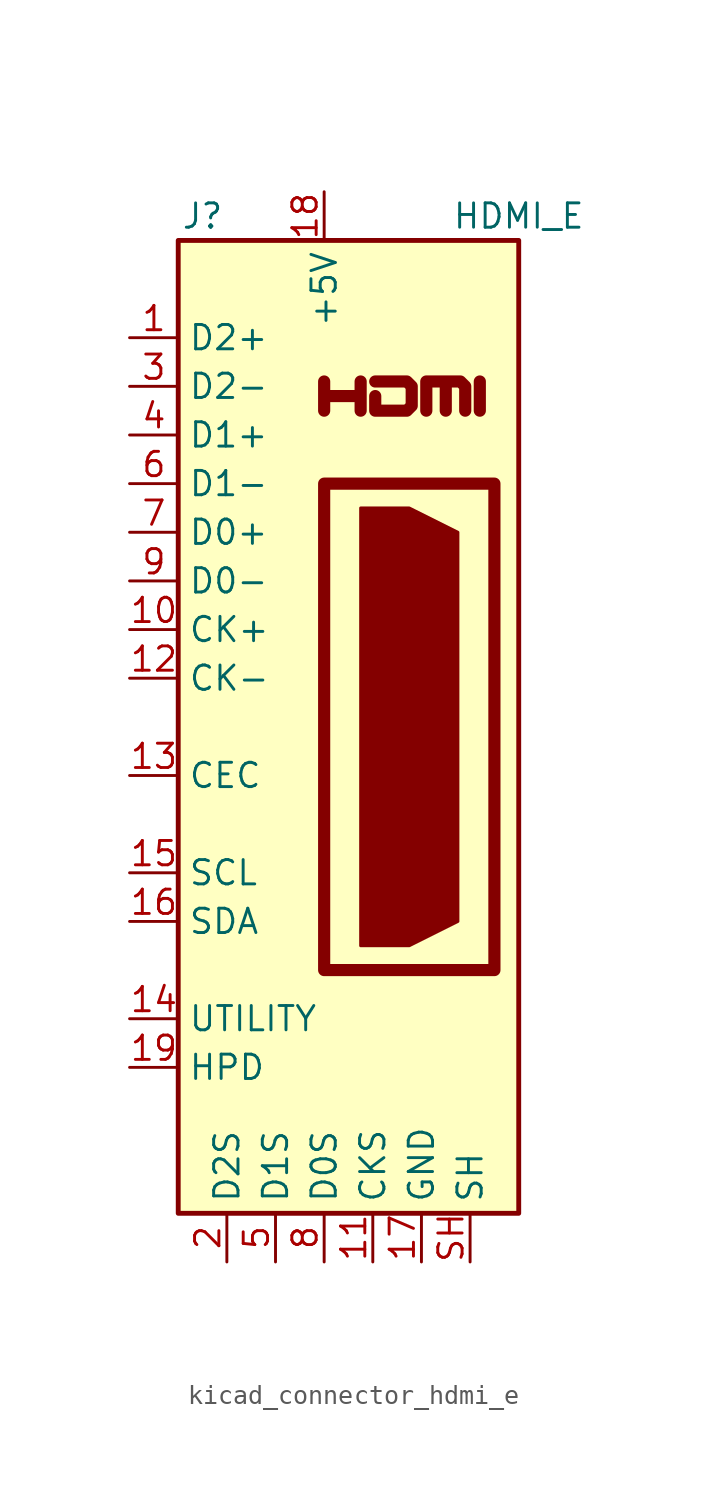
<source format=kicad_sym>
(kicad_symbol_lib
  (version 20220914)
  (generator kicad_symbol_editor)
  (symbol "kicad_connector_hdmi_e"
    (property "Reference" "J"
      (at -6.35 26.67 0)
      (effects (font (size 1.27 1.27))))
    (property "Value" "HDMI_E"
      (at 10.16 26.67 0)
      (effects (font (size 1.27 1.27))))
    (symbol "kicad_connector_hdmi_e_0_0"
      (polyline (pts (xy 8.128 16.51) (xy 8.128 18.034)) (stroke (width 0.635) (type default)) (fill (type none)))
      (polyline (pts (xy 0 16.51) (xy 0 18.034) (xy 0 17.272) (xy 1.905 17.272) (xy 1.905 18.034) (xy 1.905 16.51)) (stroke (width 0.635) (type default)) (fill (type none)))
      (polyline (pts (xy 2.667 18.034) (xy 4.318 18.034) (xy 4.572 17.78) (xy 4.572 16.764) (xy 4.318 16.51) (xy 2.667 16.51) (xy 2.667 17.272)) (stroke (width 0.635) (type default)) (fill (type none))))
    (symbol "kicad_connector_hdmi_e_0_1"
      (rectangle (start -7.62 25.4) (end 10.16 -25.4) (stroke (width 0.254) (type default)) (fill (type background)))
      (polyline (pts (xy 1.905 11.43) (xy 4.445 11.43) (xy 6.985 10.16) (xy 6.985 -10.16) (xy 4.445 -11.43) (xy 1.905 -11.43) (xy 1.905 11.43)) (stroke (width 0) (type default)) (fill (type outline)))
      (polyline (pts (xy 5.334 16.51) (xy 5.334 18.034) (xy 6.35 18.034) (xy 6.35 16.51) (xy 6.35 18.034) (xy 7.112 18.034) (xy 7.366 17.78) (xy 7.366 16.51)) (stroke (width 0.635) (type default)) (fill (type none)))
      (rectangle (start 0 12.7) (end 8.89 -12.7) (stroke (width 0.635) (type default)) (fill (type none))))
    (symbol "kicad_connector_hdmi_e_1_1"
      (pin passive line (at -10.16 20.32 0) (length 2.54) (name "D2+" (effects (font (size 1.27 1.27)))) (number "1" (effects (font (size 1.27 1.27)))))
      (pin passive line (at -10.16 5.08 0) (length 2.54) (name "CK+" (effects (font (size 1.27 1.27)))) (number "10" (effects (font (size 1.27 1.27)))))
      (pin power_in line (at 2.54 -27.94 90) (length 2.54) (name "CKS" (effects (font (size 1.27 1.27)))) (number "11" (effects (font (size 1.27 1.27)))))
      (pin passive line (at -10.16 2.54 0) (length 2.54) (name "CK-" (effects (font (size 1.27 1.27)))) (number "12" (effects (font (size 1.27 1.27)))))
      (pin bidirectional line (at -10.16 -2.54 0) (length 2.54) (name "CEC" (effects (font (size 1.27 1.27)))) (number "13" (effects (font (size 1.27 1.27)))))
      (pin passive line (at -10.16 -15.24 0) (length 2.54) (name "UTILITY" (effects (font (size 1.27 1.27)))) (number "14" (effects (font (size 1.27 1.27)))))
      (pin passive line (at -10.16 -7.62 0) (length 2.54) (name "SCL" (effects (font (size 1.27 1.27)))) (number "15" (effects (font (size 1.27 1.27)))))
      (pin bidirectional line (at -10.16 -10.16 0) (length 2.54) (name "SDA" (effects (font (size 1.27 1.27)))) (number "16" (effects (font (size 1.27 1.27)))))
      (pin power_in line (at 5.08 -27.94 90) (length 2.54) (name "GND" (effects (font (size 1.27 1.27)))) (number "17" (effects (font (size 1.27 1.27)))))
      (pin power_in line (at 0 27.94 270) (length 2.54) (name "+5V" (effects (font (size 1.27 1.27)))) (number "18" (effects (font (size 1.27 1.27)))))
      (pin passive line (at -10.16 -17.78 0) (length 2.54) (name "HPD" (effects (font (size 1.27 1.27)))) (number "19" (effects (font (size 1.27 1.27)))))
      (pin power_in line (at -5.08 -27.94 90) (length 2.54) (name "D2S" (effects (font (size 1.27 1.27)))) (number "2" (effects (font (size 1.27 1.27)))))
      (pin passive line (at -10.16 17.78 0) (length 2.54) (name "D2-" (effects (font (size 1.27 1.27)))) (number "3" (effects (font (size 1.27 1.27)))))
      (pin passive line (at -10.16 15.24 0) (length 2.54) (name "D1+" (effects (font (size 1.27 1.27)))) (number "4" (effects (font (size 1.27 1.27)))))
      (pin power_in line (at -2.54 -27.94 90) (length 2.54) (name "D1S" (effects (font (size 1.27 1.27)))) (number "5" (effects (font (size 1.27 1.27)))))
      (pin passive line (at -10.16 12.7 0) (length 2.54) (name "D1-" (effects (font (size 1.27 1.27)))) (number "6" (effects (font (size 1.27 1.27)))))
      (pin passive line (at -10.16 10.16 0) (length 2.54) (name "D0+" (effects (font (size 1.27 1.27)))) (number "7" (effects (font (size 1.27 1.27)))))
      (pin power_in line (at 0 -27.94 90) (length 2.54) (name "D0S" (effects (font (size 1.27 1.27)))) (number "8" (effects (font (size 1.27 1.27)))))
      (pin passive line (at -10.16 7.62 0) (length 2.54) (name "D0-" (effects (font (size 1.27 1.27)))) (number "9" (effects (font (size 1.27 1.27)))))
      (pin passive line (at 7.62 -27.94 90) (length 2.54) (name "SH" (effects (font (size 1.27 1.27)))) (number "SH" (effects (font (size 1.27 1.27))))))))
</source>
